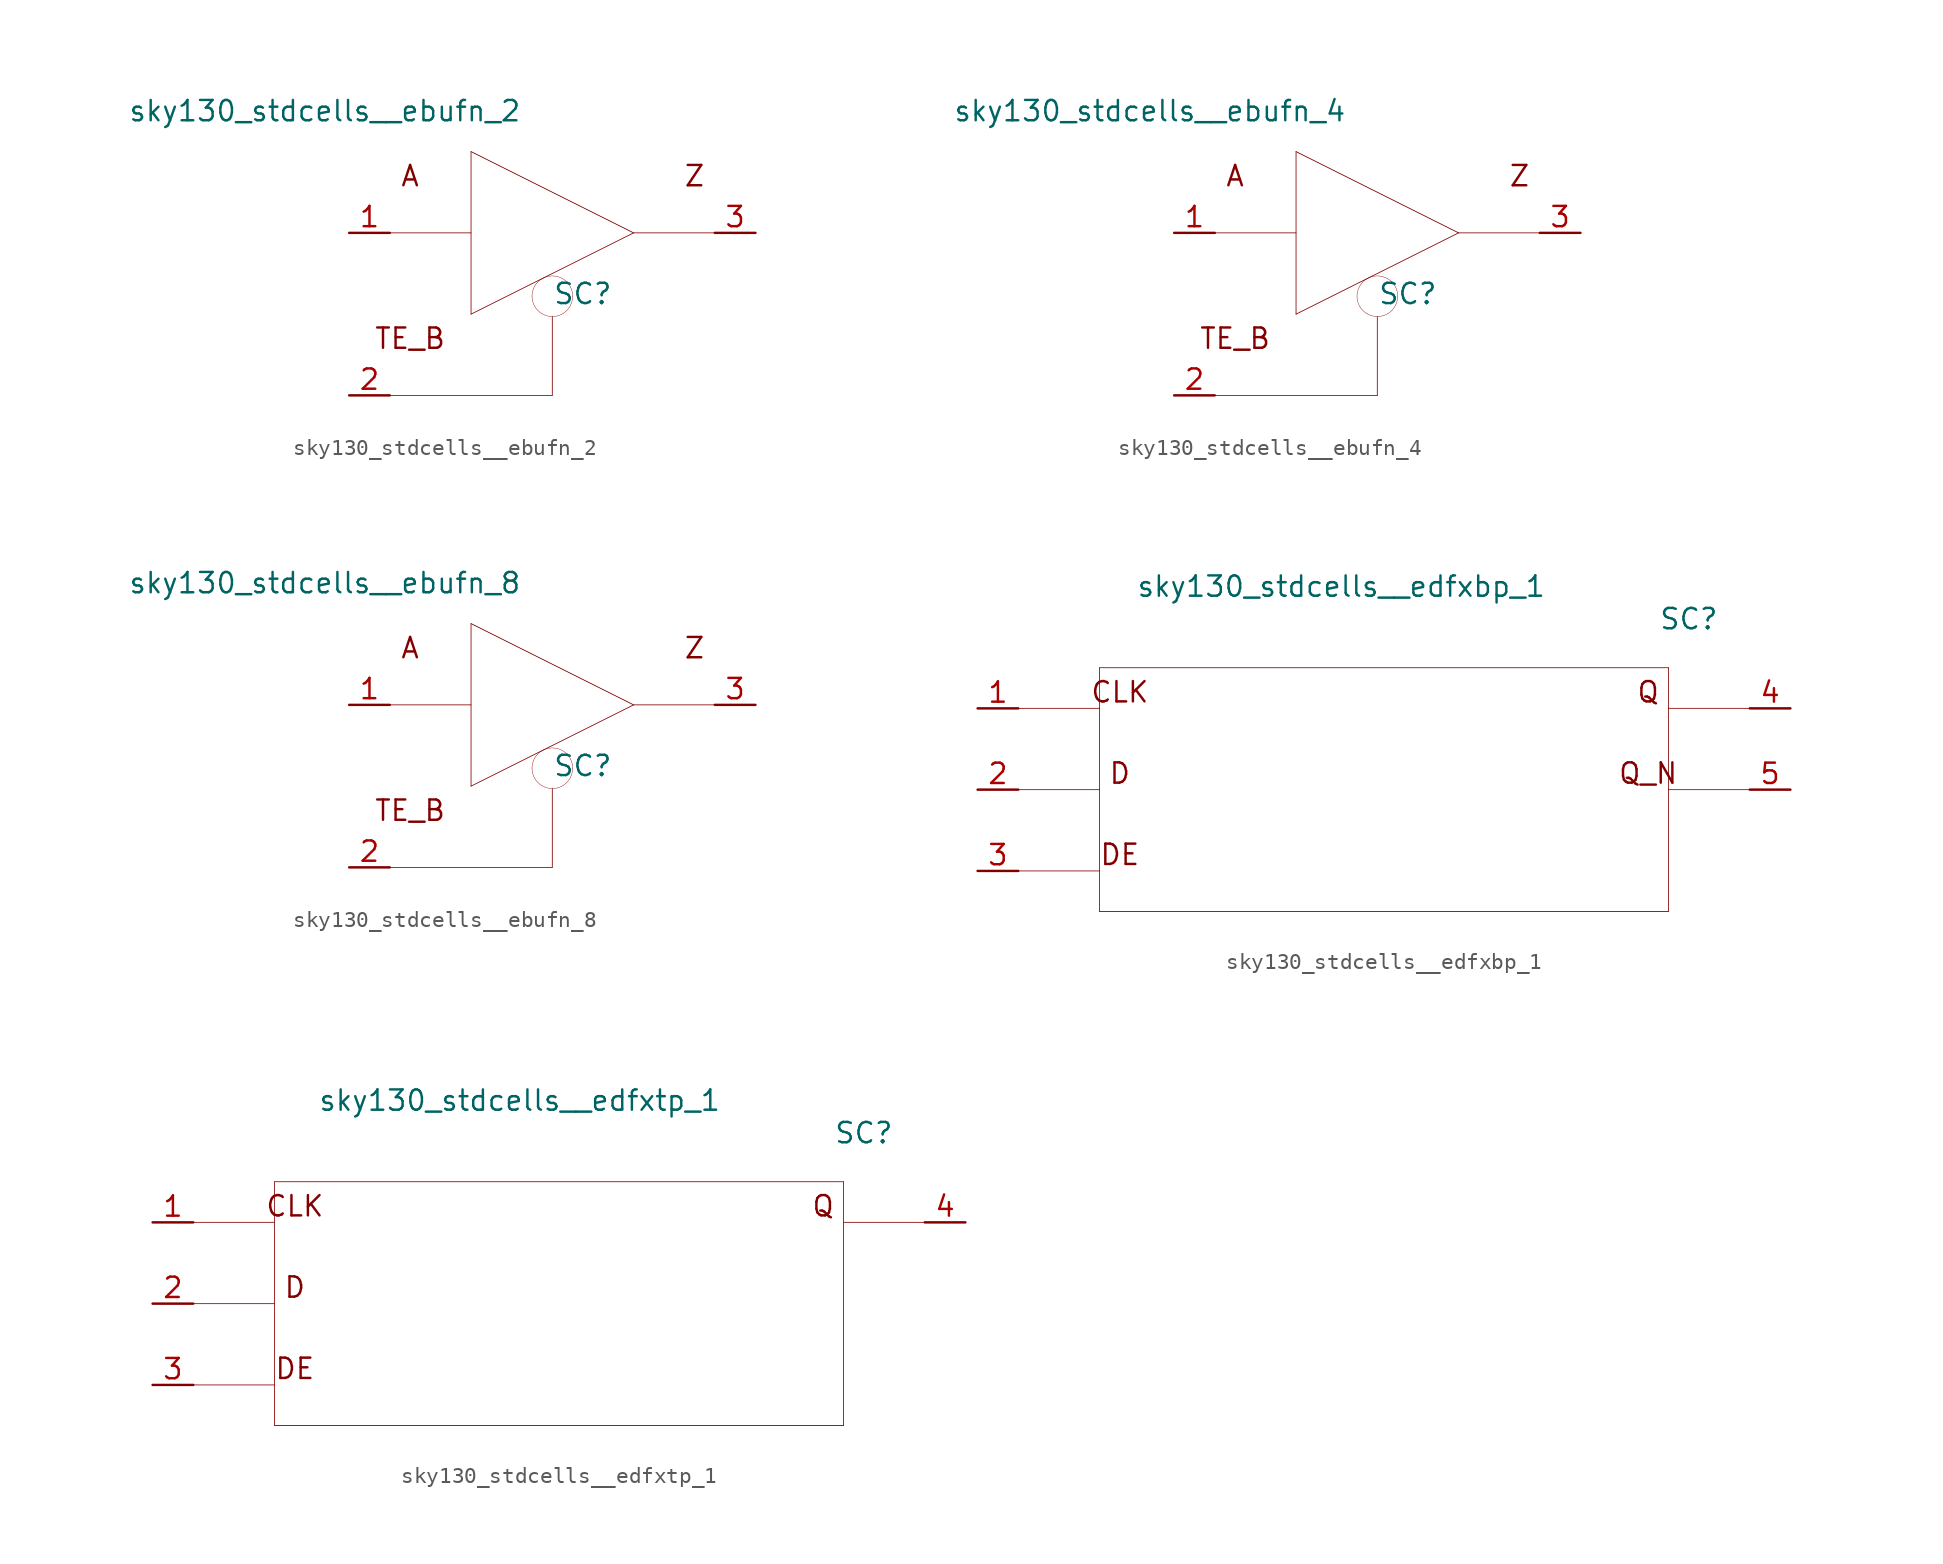
<source format=kicad_sym>
(kicad_symbol_lib
  (version 20211014)
  (generator kicad_symbol_editor)
  (symbol "sky130_stdcells__ebufn_2"
    (pin_names hide)
    (property "Reference" "SC"
      (at 1.905 -3.81 0)
      (effects (font (size 1.27 1.27))))
    (property "Value" "sky130_stdcells__ebufn_2"
      (at -1.905 7.62 0)
      (effects (font (size 1.27 1.27)) (justify right)))
    (symbol "sky130_stdcells__ebufn_2_0_0"
      (arc (start -0.635 -5.0623) (mid 0.635 -5.0623) (end 1.27 -3.9624) (stroke (width 0.0254) (type default) (color 0 0 0 0)) (fill (type none)))
      (arc (start -0.635 -2.8625) (mid -1.27 -3.9624) (end -0.635 -5.0623) (stroke (width 0.0254) (type default) (color 0 0 0 0)) (fill (type none)))
      (polyline (pts (xy -10.16 -10.16) (xy 0 -10.16)) (stroke (width 0.051) (type default) (color 0 0 0 0)) (fill (type none)))
      (polyline (pts (xy -10.16 0) (xy -5.08 0)) (stroke (width 0.051) (type default) (color 0 0 0 0)) (fill (type none)))
      (polyline (pts (xy -5.08 -5.08) (xy 5.08 0)) (stroke (width 0.051) (type default) (color 0 0 0 0)) (fill (type none)))
      (polyline (pts (xy -5.08 5.08) (xy -5.08 -5.08)) (stroke (width 0.051) (type default) (color 0 0 0 0)) (fill (type none)))
      (polyline (pts (xy -5.08 5.08) (xy 5.08 0)) (stroke (width 0.051) (type default) (color 0 0 0 0)) (fill (type none)))
      (polyline (pts (xy 0 -5.232) (xy 0 -10.16)) (stroke (width 0.051) (type default) (color 0 0 0 0)) (fill (type none)))
      (polyline (pts (xy 5.08 0) (xy 10.16 0)) (stroke (width 0.051) (type default) (color 0 0 0 0)) (fill (type none)))
      (arc (start 1.27 -3.9624) (mid 0.635 -2.8626) (end -0.635 -2.8625) (stroke (width 0.0254) (type default) (color 0 0 0 0)) (fill (type none)))
      (text "A" (at -8.89 3.556 0) (effects (font (size 1.27 1.27))))
      (text "TE_B" (at -8.89 -6.604 0) (effects (font (size 1.27 1.27))))
      (text "Z" (at 8.89 3.556 0) (effects (font (size 1.27 1.27)))))
    (symbol "sky130_stdcells__ebufn_2_1_1"
      (pin input line (at -12.7 0 0) (length 2.54) (name "A" (effects (font (size 1.092 1.092)))) (number "1" (effects (font (size 1.27 1.27)))))
      (pin input line (at -12.7 -10.16 0) (length 2.54) (name "TE_B" (effects (font (size 1.092 1.092)))) (number "2" (effects (font (size 1.27 1.27)))))
      (pin output line (at 12.7 0 180) (length 2.54) (name "Z" (effects (font (size 1.092 1.092)))) (number "3" (effects (font (size 1.27 1.27)))))))
  (symbol "sky130_stdcells__ebufn_4"
    (pin_names hide)
    (property "Reference" "SC"
      (at 1.905 -3.81 0)
      (effects (font (size 1.27 1.27))))
    (property "Value" "sky130_stdcells__ebufn_4"
      (at -1.905 7.62 0)
      (effects (font (size 1.27 1.27)) (justify right)))
    (symbol "sky130_stdcells__ebufn_4_0_0"
      (arc (start -0.635 -5.0623) (mid 0.635 -5.0623) (end 1.27 -3.9624) (stroke (width 0.0254) (type default) (color 0 0 0 0)) (fill (type none)))
      (arc (start -0.635 -2.8625) (mid -1.27 -3.9624) (end -0.635 -5.0623) (stroke (width 0.0254) (type default) (color 0 0 0 0)) (fill (type none)))
      (polyline (pts (xy -10.16 -10.16) (xy 0 -10.16)) (stroke (width 0.051) (type default) (color 0 0 0 0)) (fill (type none)))
      (polyline (pts (xy -10.16 0) (xy -5.08 0)) (stroke (width 0.051) (type default) (color 0 0 0 0)) (fill (type none)))
      (polyline (pts (xy -5.08 -5.08) (xy 5.08 0)) (stroke (width 0.051) (type default) (color 0 0 0 0)) (fill (type none)))
      (polyline (pts (xy -5.08 5.08) (xy -5.08 -5.08)) (stroke (width 0.051) (type default) (color 0 0 0 0)) (fill (type none)))
      (polyline (pts (xy -5.08 5.08) (xy 5.08 0)) (stroke (width 0.051) (type default) (color 0 0 0 0)) (fill (type none)))
      (polyline (pts (xy 0 -5.232) (xy 0 -10.16)) (stroke (width 0.051) (type default) (color 0 0 0 0)) (fill (type none)))
      (polyline (pts (xy 5.08 0) (xy 10.16 0)) (stroke (width 0.051) (type default) (color 0 0 0 0)) (fill (type none)))
      (arc (start 1.27 -3.9624) (mid 0.635 -2.8626) (end -0.635 -2.8625) (stroke (width 0.0254) (type default) (color 0 0 0 0)) (fill (type none)))
      (text "A" (at -8.89 3.556 0) (effects (font (size 1.27 1.27))))
      (text "TE_B" (at -8.89 -6.604 0) (effects (font (size 1.27 1.27))))
      (text "Z" (at 8.89 3.556 0) (effects (font (size 1.27 1.27)))))
    (symbol "sky130_stdcells__ebufn_4_1_1"
      (pin input line (at -12.7 0 0) (length 2.54) (name "A" (effects (font (size 1.092 1.092)))) (number "1" (effects (font (size 1.27 1.27)))))
      (pin input line (at -12.7 -10.16 0) (length 2.54) (name "TE_B" (effects (font (size 1.092 1.092)))) (number "2" (effects (font (size 1.27 1.27)))))
      (pin output line (at 12.7 0 180) (length 2.54) (name "Z" (effects (font (size 1.092 1.092)))) (number "3" (effects (font (size 1.27 1.27)))))))
  (symbol "sky130_stdcells__ebufn_8"
    (pin_names hide)
    (property "Reference" "SC"
      (at 1.905 -3.81 0)
      (effects (font (size 1.27 1.27))))
    (property "Value" "sky130_stdcells__ebufn_8"
      (at -1.905 7.62 0)
      (effects (font (size 1.27 1.27)) (justify right)))
    (symbol "sky130_stdcells__ebufn_8_0_0"
      (arc (start -0.635 -5.0623) (mid 0.635 -5.0623) (end 1.27 -3.9624) (stroke (width 0.0254) (type default) (color 0 0 0 0)) (fill (type none)))
      (arc (start -0.635 -2.8625) (mid -1.27 -3.9624) (end -0.635 -5.0623) (stroke (width 0.0254) (type default) (color 0 0 0 0)) (fill (type none)))
      (polyline (pts (xy -10.16 -10.16) (xy 0 -10.16)) (stroke (width 0.051) (type default) (color 0 0 0 0)) (fill (type none)))
      (polyline (pts (xy -10.16 0) (xy -5.08 0)) (stroke (width 0.051) (type default) (color 0 0 0 0)) (fill (type none)))
      (polyline (pts (xy -5.08 -5.08) (xy 5.08 0)) (stroke (width 0.051) (type default) (color 0 0 0 0)) (fill (type none)))
      (polyline (pts (xy -5.08 5.08) (xy -5.08 -5.08)) (stroke (width 0.051) (type default) (color 0 0 0 0)) (fill (type none)))
      (polyline (pts (xy -5.08 5.08) (xy 5.08 0)) (stroke (width 0.051) (type default) (color 0 0 0 0)) (fill (type none)))
      (polyline (pts (xy 0 -5.232) (xy 0 -10.16)) (stroke (width 0.051) (type default) (color 0 0 0 0)) (fill (type none)))
      (polyline (pts (xy 5.08 0) (xy 10.16 0)) (stroke (width 0.051) (type default) (color 0 0 0 0)) (fill (type none)))
      (arc (start 1.27 -3.9624) (mid 0.635 -2.8626) (end -0.635 -2.8625) (stroke (width 0.0254) (type default) (color 0 0 0 0)) (fill (type none)))
      (text "A" (at -8.89 3.556 0) (effects (font (size 1.27 1.27))))
      (text "TE_B" (at -8.89 -6.604 0) (effects (font (size 1.27 1.27))))
      (text "Z" (at 8.89 3.556 0) (effects (font (size 1.27 1.27)))))
    (symbol "sky130_stdcells__ebufn_8_1_1"
      (pin input line (at -12.7 0 0) (length 2.54) (name "A" (effects (font (size 1.092 1.092)))) (number "1" (effects (font (size 1.27 1.27)))))
      (pin input line (at -12.7 -10.16 0) (length 2.54) (name "TE_B" (effects (font (size 1.092 1.092)))) (number "2" (effects (font (size 1.27 1.27)))))
      (pin output line (at 12.7 0 180) (length 2.54) (name "Z" (effects (font (size 1.092 1.092)))) (number "3" (effects (font (size 1.27 1.27)))))))
  (symbol "sky130_stdcells__edfxbp_1"
    (pin_names hide)
    (property "Reference" "SC"
      (at 19.05 10.668 0)
      (effects (font (size 1.27 1.27))))
    (property "Value" "sky130_stdcells__edfxbp_1"
      (at 10.16 12.7 0)
      (effects (font (size 1.27 1.27)) (justify right)))
    (symbol "sky130_stdcells__edfxbp_1_0_0"
      (polyline (pts (xy -22.86 -5.08) (xy -17.78 -5.08)) (stroke (width 0.051) (type default) (color 0 0 0 0)) (fill (type none)))
      (polyline (pts (xy -22.86 0) (xy -17.78 0)) (stroke (width 0.051) (type default) (color 0 0 0 0)) (fill (type none)))
      (polyline (pts (xy -22.86 5.08) (xy -17.78 5.08)) (stroke (width 0.051) (type default) (color 0 0 0 0)) (fill (type none)))
      (polyline (pts (xy -17.78 -7.62) (xy 17.78 -7.62)) (stroke (width 0.051) (type default) (color 0 0 0 0)) (fill (type none)))
      (polyline (pts (xy -17.78 7.62) (xy -17.78 -7.62)) (stroke (width 0.051) (type default) (color 0 0 0 0)) (fill (type none)))
      (polyline (pts (xy -17.78 7.62) (xy 17.78 7.62)) (stroke (width 0.051) (type default) (color 0 0 0 0)) (fill (type none)))
      (polyline (pts (xy 17.78 0) (xy 22.86 0)) (stroke (width 0.051) (type default) (color 0 0 0 0)) (fill (type none)))
      (polyline (pts (xy 17.78 5.08) (xy 22.86 5.08)) (stroke (width 0.051) (type default) (color 0 0 0 0)) (fill (type none)))
      (polyline (pts (xy 17.78 7.62) (xy 17.78 -7.62)) (stroke (width 0.051) (type default) (color 0 0 0 0)) (fill (type none)))
      (text "CLK" (at -16.51 6.096 0) (effects (font (size 1.27 1.27))))
      (text "D" (at -16.51 1.016 0) (effects (font (size 1.27 1.27))))
      (text "DE" (at -16.51 -4.064 0) (effects (font (size 1.27 1.27))))
      (text "Q" (at 16.51 6.096 0) (effects (font (size 1.27 1.27))))
      (text "Q_N" (at 16.51 1.016 0) (effects (font (size 1.27 1.27)))))
    (symbol "sky130_stdcells__edfxbp_1_1_1"
      (pin input line (at -25.4 5.08 0) (length 2.54) (name "CLK" (effects (font (size 1.092 1.092)))) (number "1" (effects (font (size 1.27 1.27)))))
      (pin input line (at -25.4 0 0) (length 2.54) (name "D" (effects (font (size 1.092 1.092)))) (number "2" (effects (font (size 1.27 1.27)))))
      (pin input line (at -25.4 -5.08 0) (length 2.54) (name "DE" (effects (font (size 1.092 1.092)))) (number "3" (effects (font (size 1.27 1.27)))))
      (pin output line (at 25.4 5.08 180) (length 2.54) (name "Q" (effects (font (size 1.092 1.092)))) (number "4" (effects (font (size 1.27 1.27)))))
      (pin output line (at 25.4 0 180) (length 2.54) (name "Q_N" (effects (font (size 1.092 1.092)))) (number "5" (effects (font (size 1.27 1.27)))))))
  (symbol "sky130_stdcells__edfxtp_1"
    (pin_names hide)
    (property "Reference" "SC"
      (at 19.05 10.668 0)
      (effects (font (size 1.27 1.27))))
    (property "Value" "sky130_stdcells__edfxtp_1"
      (at 10.16 12.7 0)
      (effects (font (size 1.27 1.27)) (justify right)))
    (symbol "sky130_stdcells__edfxtp_1_0_0"
      (polyline (pts (xy -22.86 -5.08) (xy -17.78 -5.08)) (stroke (width 0.051) (type default) (color 0 0 0 0)) (fill (type none)))
      (polyline (pts (xy -22.86 0) (xy -17.78 0)) (stroke (width 0.051) (type default) (color 0 0 0 0)) (fill (type none)))
      (polyline (pts (xy -22.86 5.08) (xy -17.78 5.08)) (stroke (width 0.051) (type default) (color 0 0 0 0)) (fill (type none)))
      (polyline (pts (xy -17.78 -7.62) (xy 17.78 -7.62)) (stroke (width 0.051) (type default) (color 0 0 0 0)) (fill (type none)))
      (polyline (pts (xy -17.78 7.62) (xy -17.78 -7.62)) (stroke (width 0.051) (type default) (color 0 0 0 0)) (fill (type none)))
      (polyline (pts (xy -17.78 7.62) (xy 17.78 7.62)) (stroke (width 0.051) (type default) (color 0 0 0 0)) (fill (type none)))
      (polyline (pts (xy 17.78 5.08) (xy 22.86 5.08)) (stroke (width 0.051) (type default) (color 0 0 0 0)) (fill (type none)))
      (polyline (pts (xy 17.78 7.62) (xy 17.78 -7.62)) (stroke (width 0.051) (type default) (color 0 0 0 0)) (fill (type none)))
      (text "CLK" (at -16.51 6.096 0) (effects (font (size 1.27 1.27))))
      (text "D" (at -16.51 1.016 0) (effects (font (size 1.27 1.27))))
      (text "DE" (at -16.51 -4.064 0) (effects (font (size 1.27 1.27))))
      (text "Q" (at 16.51 6.096 0) (effects (font (size 1.27 1.27)))))
    (symbol "sky130_stdcells__edfxtp_1_1_1"
      (pin input line (at -25.4 5.08 0) (length 2.54) (name "CLK" (effects (font (size 1.092 1.092)))) (number "1" (effects (font (size 1.27 1.27)))))
      (pin input line (at -25.4 0 0) (length 2.54) (name "D" (effects (font (size 1.092 1.092)))) (number "2" (effects (font (size 1.27 1.27)))))
      (pin input line (at -25.4 -5.08 0) (length 2.54) (name "DE" (effects (font (size 1.092 1.092)))) (number "3" (effects (font (size 1.27 1.27)))))
      (pin output line (at 25.4 5.08 180) (length 2.54) (name "Q" (effects (font (size 1.092 1.092)))) (number "4" (effects (font (size 1.27 1.27))))))))
</source>
